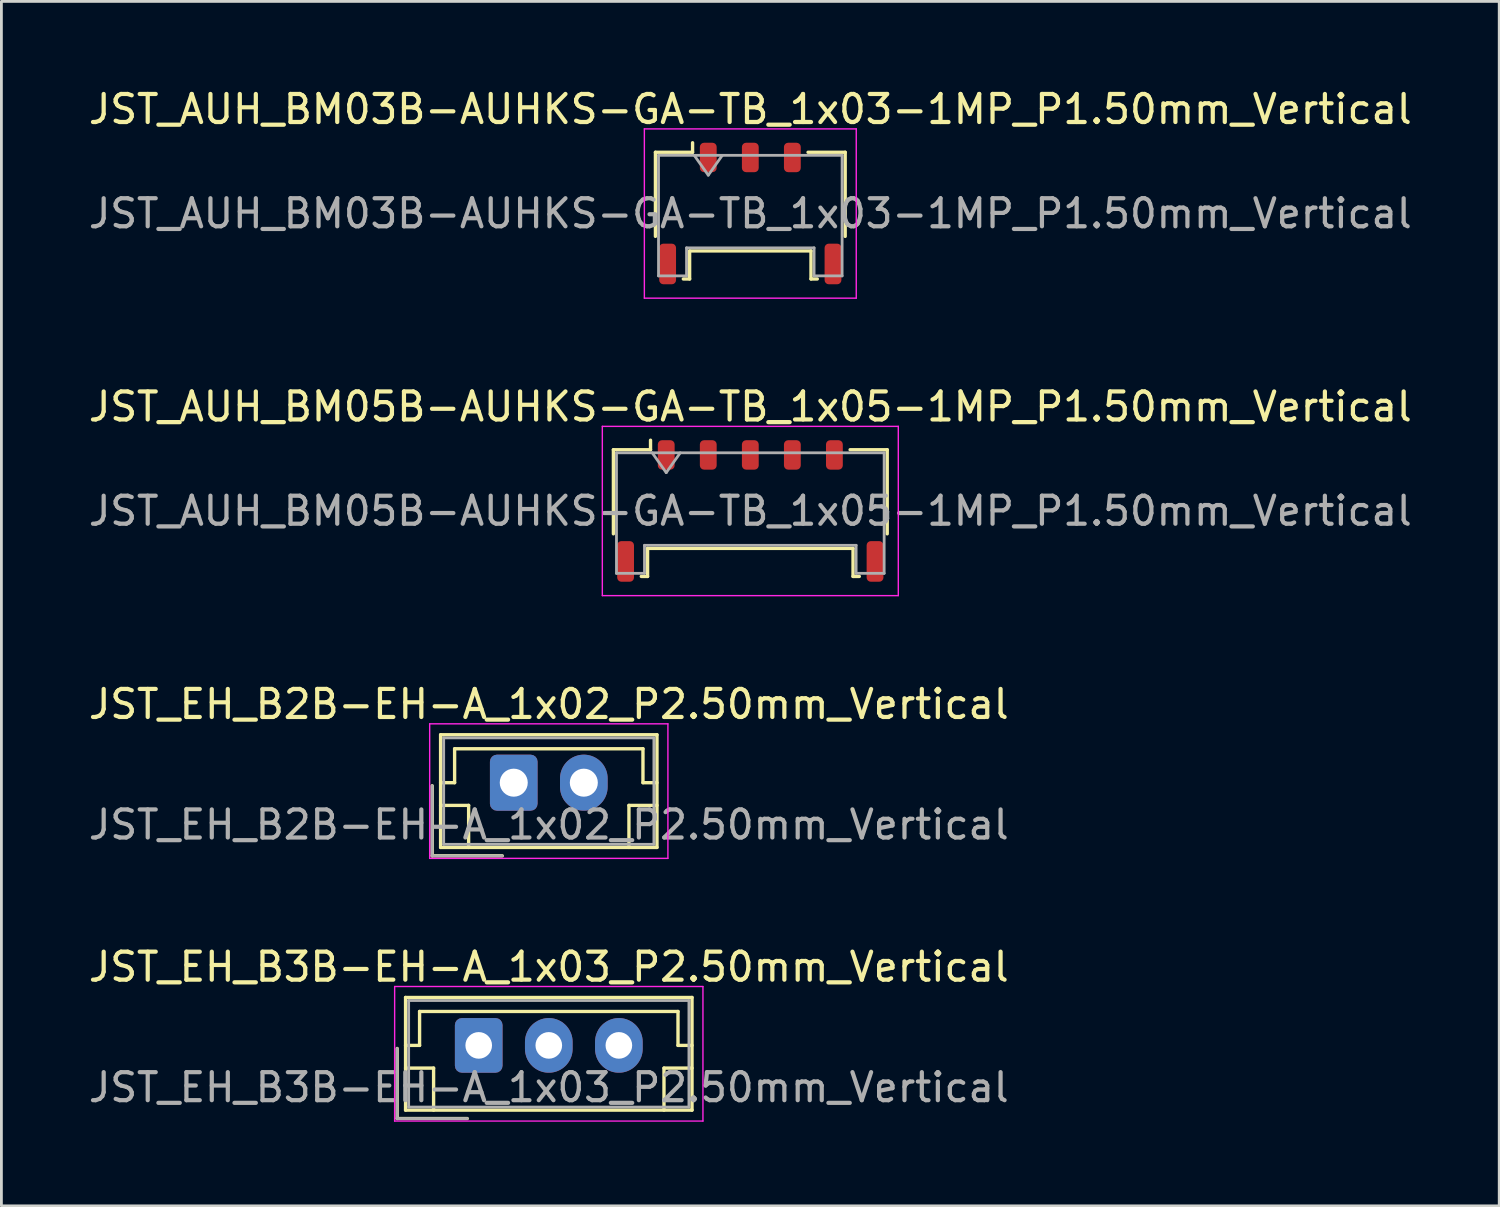
<source format=kicad_pcb>
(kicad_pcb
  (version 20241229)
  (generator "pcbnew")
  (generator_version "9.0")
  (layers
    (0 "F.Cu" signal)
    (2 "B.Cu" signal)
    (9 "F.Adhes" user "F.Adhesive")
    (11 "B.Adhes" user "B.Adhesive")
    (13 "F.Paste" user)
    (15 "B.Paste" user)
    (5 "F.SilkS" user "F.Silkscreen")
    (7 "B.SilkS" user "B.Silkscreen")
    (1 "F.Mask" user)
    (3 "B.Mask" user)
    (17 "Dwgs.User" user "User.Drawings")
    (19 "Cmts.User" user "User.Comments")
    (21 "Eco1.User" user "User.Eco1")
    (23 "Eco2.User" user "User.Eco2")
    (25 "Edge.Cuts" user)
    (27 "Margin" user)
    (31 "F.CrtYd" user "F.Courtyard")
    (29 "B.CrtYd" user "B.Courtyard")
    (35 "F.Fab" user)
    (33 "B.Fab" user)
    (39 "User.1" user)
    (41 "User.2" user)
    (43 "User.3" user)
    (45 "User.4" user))
  (footprint "JST_EH_B3B-EH-A_1x03_P2.50mm_Vertical"
    (layer "F.Cu")
    (at 14.03 34.248)
    (property "Reference" "JST_EH_B3B-EH-A_1x03_P2.50mm_Vertical" (at 2.5 -2.8 0) (layer "F.SilkS") (effects (font (size 1 1) (thickness 0.15))))
    (attr through_hole)
    (fp_line (start -2.91 0.11) (end -2.91 2.61) (stroke (width 0.12) (type solid)) (layer "F.SilkS"))
    (fp_line (start -2.91 2.61) (end -0.41 2.61) (stroke (width 0.12) (type solid)) (layer "F.SilkS"))
    (fp_line (start -2.61 -1.71) (end -2.61 2.31) (stroke (width 0.12) (type solid)) (layer "F.SilkS"))
    (fp_line (start -2.61 0) (end -2.11 0) (stroke (width 0.12) (type solid)) (layer "F.SilkS"))
    (fp_line (start -2.61 0.81) (end -1.61 0.81) (stroke (width 0.12) (type solid)) (layer "F.SilkS"))
    (fp_line (start -2.61 2.31) (end 7.61 2.31) (stroke (width 0.12) (type solid)) (layer "F.SilkS"))
    (fp_line (start -2.11 -1.21) (end 7.11 -1.21) (stroke (width 0.12) (type solid)) (layer "F.SilkS"))
    (fp_line (start -2.11 0) (end -2.11 -1.21) (stroke (width 0.12) (type solid)) (layer "F.SilkS"))
    (fp_line (start -1.61 0.81) (end -1.61 2.31) (stroke (width 0.12) (type solid)) (layer "F.SilkS"))
    (fp_line (start 6.61 0.81) (end 6.61 2.31) (stroke (width 0.12) (type solid)) (layer "F.SilkS"))
    (fp_line (start 7.11 -1.21) (end 7.11 0) (stroke (width 0.12) (type solid)) (layer "F.SilkS"))
    (fp_line (start 7.11 0) (end 7.61 0) (stroke (width 0.12) (type solid)) (layer "F.SilkS"))
    (fp_line (start 7.61 -1.71) (end -2.61 -1.71) (stroke (width 0.12) (type solid)) (layer "F.SilkS"))
    (fp_line (start 7.61 0.81) (end 6.61 0.81) (stroke (width 0.12) (type solid)) (layer "F.SilkS"))
    (fp_line (start 7.61 2.31) (end 7.61 -1.71) (stroke (width 0.12) (type solid)) (layer "F.SilkS"))
    (fp_line (start -3 -2.1) (end -3 2.7) (stroke (width 0.05) (type solid)) (layer "F.CrtYd"))
    (fp_line (start -3 2.7) (end 8 2.7) (stroke (width 0.05) (type solid)) (layer "F.CrtYd"))
    (fp_line (start 8 -2.1) (end -3 -2.1) (stroke (width 0.05) (type solid)) (layer "F.CrtYd"))
    (fp_line (start 8 2.7) (end 8 -2.1) (stroke (width 0.05) (type solid)) (layer "F.CrtYd"))
    (fp_line (start -2.91 0.11) (end -2.91 2.61) (stroke (width 0.1) (type solid)) (layer "F.Fab"))
    (fp_line (start -2.91 2.61) (end -0.41 2.61) (stroke (width 0.1) (type solid)) (layer "F.Fab"))
    (fp_line (start -2.5 -1.6) (end -2.5 2.2) (stroke (width 0.1) (type solid)) (layer "F.Fab"))
    (fp_line (start -2.5 2.2) (end 7.5 2.2) (stroke (width 0.1) (type solid)) (layer "F.Fab"))
    (fp_line (start 7.5 -1.6) (end -2.5 -1.6) (stroke (width 0.1) (type solid)) (layer "F.Fab"))
    (fp_line (start 7.5 2.2) (end 7.5 -1.6) (stroke (width 0.1) (type solid)) (layer "F.Fab"))
    (fp_text user "${REFERENCE}" (at 2.5 1.5 0) (layer "F.Fab") (effects (font (size 1 1) (thickness 0.15))))
    (pad "1" thru_hole roundrect (at 0 0) (size 1.7 1.95) (drill 0.95) (layers "*.Cu" "*.Mask") (roundrect_rratio 0.147))
    (pad "2" thru_hole oval (at 2.5 0) (size 1.7 1.95) (drill 0.95) (layers "*.Cu" "*.Mask"))
    (pad "3" thru_hole oval (at 5 0) (size 1.7 1.95) (drill 0.95) (layers "*.Cu" "*.Mask")))
  (footprint "JST_AUH_BM03B-AUHKS-GA-TB_1x03-1MP_P1.50mm_Vertical"
    (layer "F.Cu")
    (at 23.72 4.568)
    (property "Reference" "JST_AUH_BM03B-AUHKS-GA-TB_1x03-1MP_P1.50mm_Vertical" (at 0 -3.72 0) (layer "F.SilkS") (effects (font (size 1 1) (thickness 0.15))))
    (attr smd)
    (fp_line (start -3.385 -2.185) (end -2.06 -2.185) (stroke (width 0.12) (type solid)) (layer "F.SilkS"))
    (fp_line (start -3.385 0.815) (end -3.385 -2.185) (stroke (width 0.12) (type solid)) (layer "F.SilkS"))
    (fp_line (start -2.39 2.335) (end -2.165 2.335) (stroke (width 0.12) (type solid)) (layer "F.SilkS"))
    (fp_line (start -2.165 1.335) (end 2.165 1.335) (stroke (width 0.12) (type solid)) (layer "F.SilkS"))
    (fp_line (start -2.165 2.335) (end -2.165 1.335) (stroke (width 0.12) (type solid)) (layer "F.SilkS"))
    (fp_line (start -2.06 -2.185) (end -2.06 -2.525) (stroke (width 0.12) (type solid)) (layer "F.SilkS"))
    (fp_line (start 2.165 1.335) (end 2.165 2.335) (stroke (width 0.12) (type solid)) (layer "F.SilkS"))
    (fp_line (start 2.165 2.335) (end 2.39 2.335) (stroke (width 0.12) (type solid)) (layer "F.SilkS"))
    (fp_line (start 3.385 -2.185) (end 2.06 -2.185) (stroke (width 0.12) (type solid)) (layer "F.SilkS"))
    (fp_line (start 3.385 0.815) (end 3.385 -2.185) (stroke (width 0.12) (type solid)) (layer "F.SilkS"))
    (fp_line (start -3.78 -3.02) (end -3.78 3.02) (stroke (width 0.05) (type solid)) (layer "F.CrtYd"))
    (fp_line (start -3.78 3.02) (end 3.78 3.02) (stroke (width 0.05) (type solid)) (layer "F.CrtYd"))
    (fp_line (start 3.78 -3.02) (end -3.78 -3.02) (stroke (width 0.05) (type solid)) (layer "F.CrtYd"))
    (fp_line (start 3.78 3.02) (end 3.78 -3.02) (stroke (width 0.05) (type solid)) (layer "F.CrtYd"))
    (fp_line (start -3.275 -2.075) (end -3.275 2.225) (stroke (width 0.1) (type solid)) (layer "F.Fab"))
    (fp_line (start -3.275 -2.075) (end 3.275 -2.075) (stroke (width 0.1) (type solid)) (layer "F.Fab"))
    (fp_line (start -3.275 2.225) (end -2.275 2.225) (stroke (width 0.1) (type solid)) (layer "F.Fab"))
    (fp_line (start -2.275 1.225) (end 2.275 1.225) (stroke (width 0.1) (type solid)) (layer "F.Fab"))
    (fp_line (start -2.275 2.225) (end -2.275 1.225) (stroke (width 0.1) (type solid)) (layer "F.Fab"))
    (fp_line (start -2 -2.075) (end -1.5 -1.368) (stroke (width 0.1) (type solid)) (layer "F.Fab"))
    (fp_line (start -1.5 -1.368) (end -1 -2.075) (stroke (width 0.1) (type solid)) (layer "F.Fab"))
    (fp_line (start 2.275 1.225) (end 2.275 2.225) (stroke (width 0.1) (type solid)) (layer "F.Fab"))
    (fp_line (start 2.275 2.225) (end 3.275 2.225) (stroke (width 0.1) (type solid)) (layer "F.Fab"))
    (fp_line (start 3.275 -2.075) (end 3.275 2.225) (stroke (width 0.1) (type solid)) (layer "F.Fab"))
    (fp_text user "${REFERENCE}" (at 0 0 0) (layer "F.Fab") (effects (font (size 1 1) (thickness 0.15))))
    (pad "1" smd roundrect (at -1.5 -2) (size 0.6 1.05) (layers "F.Cu" "F.Mask" "F.Paste") (roundrect_rratio 0.25))
    (pad "2" smd roundrect (at 0 -2) (size 0.6 1.05) (layers "F.Cu" "F.Mask" "F.Paste") (roundrect_rratio 0.25))
    (pad "3" smd roundrect (at 1.5 -2) (size 0.6 1.05) (layers "F.Cu" "F.Mask" "F.Paste") (roundrect_rratio 0.25))
    (pad "MP" smd roundrect (at -2.95 1.8) (size 0.6 1.45) (layers "F.Cu" "F.Mask" "F.Paste") (roundrect_rratio 0.25))
    (pad "MP" smd roundrect (at 2.95 1.8) (size 0.6 1.45) (layers "F.Cu" "F.Mask" "F.Paste") (roundrect_rratio 0.25)))
  (footprint "JST_EH_B2B-EH-A_1x02_P2.50mm_Vertical"
    (layer "F.Cu")
    (at 15.28 24.875)
    (property "Reference" "JST_EH_B2B-EH-A_1x02_P2.50mm_Vertical" (at 1.25 -2.8 0) (layer "F.SilkS") (effects (font (size 1 1) (thickness 0.15))))
    (attr through_hole)
    (fp_line (start -2.91 0.11) (end -2.91 2.61) (stroke (width 0.12) (type solid)) (layer "F.SilkS"))
    (fp_line (start -2.91 2.61) (end -0.41 2.61) (stroke (width 0.12) (type solid)) (layer "F.SilkS"))
    (fp_line (start -2.61 -1.71) (end -2.61 2.31) (stroke (width 0.12) (type solid)) (layer "F.SilkS"))
    (fp_line (start -2.61 0) (end -2.11 0) (stroke (width 0.12) (type solid)) (layer "F.SilkS"))
    (fp_line (start -2.61 0.81) (end -1.61 0.81) (stroke (width 0.12) (type solid)) (layer "F.SilkS"))
    (fp_line (start -2.61 2.31) (end 5.11 2.31) (stroke (width 0.12) (type solid)) (layer "F.SilkS"))
    (fp_line (start -2.11 -1.21) (end 4.61 -1.21) (stroke (width 0.12) (type solid)) (layer "F.SilkS"))
    (fp_line (start -2.11 0) (end -2.11 -1.21) (stroke (width 0.12) (type solid)) (layer "F.SilkS"))
    (fp_line (start -1.61 0.81) (end -1.61 2.31) (stroke (width 0.12) (type solid)) (layer "F.SilkS"))
    (fp_line (start 4.11 0.81) (end 4.11 2.31) (stroke (width 0.12) (type solid)) (layer "F.SilkS"))
    (fp_line (start 4.61 -1.21) (end 4.61 0) (stroke (width 0.12) (type solid)) (layer "F.SilkS"))
    (fp_line (start 4.61 0) (end 5.11 0) (stroke (width 0.12) (type solid)) (layer "F.SilkS"))
    (fp_line (start 5.11 -1.71) (end -2.61 -1.71) (stroke (width 0.12) (type solid)) (layer "F.SilkS"))
    (fp_line (start 5.11 0.81) (end 4.11 0.81) (stroke (width 0.12) (type solid)) (layer "F.SilkS"))
    (fp_line (start 5.11 2.31) (end 5.11 -1.71) (stroke (width 0.12) (type solid)) (layer "F.SilkS"))
    (fp_line (start -3 -2.1) (end -3 2.7) (stroke (width 0.05) (type solid)) (layer "F.CrtYd"))
    (fp_line (start -3 2.7) (end 5.5 2.7) (stroke (width 0.05) (type solid)) (layer "F.CrtYd"))
    (fp_line (start 5.5 -2.1) (end -3 -2.1) (stroke (width 0.05) (type solid)) (layer "F.CrtYd"))
    (fp_line (start 5.5 2.7) (end 5.5 -2.1) (stroke (width 0.05) (type solid)) (layer "F.CrtYd"))
    (fp_line (start -2.91 0.11) (end -2.91 2.61) (stroke (width 0.1) (type solid)) (layer "F.Fab"))
    (fp_line (start -2.91 2.61) (end -0.41 2.61) (stroke (width 0.1) (type solid)) (layer "F.Fab"))
    (fp_line (start -2.5 -1.6) (end -2.5 2.2) (stroke (width 0.1) (type solid)) (layer "F.Fab"))
    (fp_line (start -2.5 2.2) (end 5 2.2) (stroke (width 0.1) (type solid)) (layer "F.Fab"))
    (fp_line (start 5 -1.6) (end -2.5 -1.6) (stroke (width 0.1) (type solid)) (layer "F.Fab"))
    (fp_line (start 5 2.2) (end 5 -1.6) (stroke (width 0.1) (type solid)) (layer "F.Fab"))
    (fp_text user "${REFERENCE}" (at 1.25 1.5 0) (layer "F.Fab") (effects (font (size 1 1) (thickness 0.15))))
    (pad "1" thru_hole roundrect (at 0 0) (size 1.7 2) (drill 1) (layers "*.Cu" "*.Mask") (roundrect_rratio 0.147))
    (pad "2" thru_hole oval (at 2.5 0) (size 1.7 2) (drill 1) (layers "*.Cu" "*.Mask")))
  (footprint "JST_AUH_BM05B-AUHKS-GA-TB_1x05-1MP_P1.50mm_Vertical"
    (layer "F.Cu")
    (at 23.72 15.181)
    (property "Reference" "JST_AUH_BM05B-AUHKS-GA-TB_1x05-1MP_P1.50mm_Vertical" (at 0 -3.72 0) (layer "F.SilkS") (effects (font (size 1 1) (thickness 0.15))))
    (attr smd)
    (fp_line (start -4.885 -2.185) (end -3.56 -2.185) (stroke (width 0.12) (type solid)) (layer "F.SilkS"))
    (fp_line (start -4.885 0.815) (end -4.885 -2.185) (stroke (width 0.12) (type solid)) (layer "F.SilkS"))
    (fp_line (start -3.89 2.335) (end -3.665 2.335) (stroke (width 0.12) (type solid)) (layer "F.SilkS"))
    (fp_line (start -3.665 1.335) (end 3.665 1.335) (stroke (width 0.12) (type solid)) (layer "F.SilkS"))
    (fp_line (start -3.665 2.335) (end -3.665 1.335) (stroke (width 0.12) (type solid)) (layer "F.SilkS"))
    (fp_line (start -3.56 -2.185) (end -3.56 -2.525) (stroke (width 0.12) (type solid)) (layer "F.SilkS"))
    (fp_line (start 3.665 1.335) (end 3.665 2.335) (stroke (width 0.12) (type solid)) (layer "F.SilkS"))
    (fp_line (start 3.665 2.335) (end 3.89 2.335) (stroke (width 0.12) (type solid)) (layer "F.SilkS"))
    (fp_line (start 4.885 -2.185) (end 3.56 -2.185) (stroke (width 0.12) (type solid)) (layer "F.SilkS"))
    (fp_line (start 4.885 0.815) (end 4.885 -2.185) (stroke (width 0.12) (type solid)) (layer "F.SilkS"))
    (fp_line (start -5.28 -3.02) (end -5.28 3.02) (stroke (width 0.05) (type solid)) (layer "F.CrtYd"))
    (fp_line (start -5.28 3.02) (end 5.28 3.02) (stroke (width 0.05) (type solid)) (layer "F.CrtYd"))
    (fp_line (start 5.28 -3.02) (end -5.28 -3.02) (stroke (width 0.05) (type solid)) (layer "F.CrtYd"))
    (fp_line (start 5.28 3.02) (end 5.28 -3.02) (stroke (width 0.05) (type solid)) (layer "F.CrtYd"))
    (fp_line (start -4.775 -2.075) (end -4.775 2.225) (stroke (width 0.1) (type solid)) (layer "F.Fab"))
    (fp_line (start -4.775 -2.075) (end 4.775 -2.075) (stroke (width 0.1) (type solid)) (layer "F.Fab"))
    (fp_line (start -4.775 2.225) (end -3.775 2.225) (stroke (width 0.1) (type solid)) (layer "F.Fab"))
    (fp_line (start -3.775 1.225) (end 3.775 1.225) (stroke (width 0.1) (type solid)) (layer "F.Fab"))
    (fp_line (start -3.775 2.225) (end -3.775 1.225) (stroke (width 0.1) (type solid)) (layer "F.Fab"))
    (fp_line (start -3.5 -2.075) (end -3 -1.368) (stroke (width 0.1) (type solid)) (layer "F.Fab"))
    (fp_line (start -3 -1.368) (end -2.5 -2.075) (stroke (width 0.1) (type solid)) (layer "F.Fab"))
    (fp_line (start 3.775 1.225) (end 3.775 2.225) (stroke (width 0.1) (type solid)) (layer "F.Fab"))
    (fp_line (start 3.775 2.225) (end 4.775 2.225) (stroke (width 0.1) (type solid)) (layer "F.Fab"))
    (fp_line (start 4.775 -2.075) (end 4.775 2.225) (stroke (width 0.1) (type solid)) (layer "F.Fab"))
    (fp_text user "${REFERENCE}" (at 0 0 0) (layer "F.Fab") (effects (font (size 1 1) (thickness 0.15))))
    (pad "1" smd roundrect (at -3 -2) (size 0.6 1.05) (layers "F.Cu" "F.Mask" "F.Paste") (roundrect_rratio 0.25))
    (pad "2" smd roundrect (at -1.5 -2) (size 0.6 1.05) (layers "F.Cu" "F.Mask" "F.Paste") (roundrect_rratio 0.25))
    (pad "3" smd roundrect (at 0 -2) (size 0.6 1.05) (layers "F.Cu" "F.Mask" "F.Paste") (roundrect_rratio 0.25))
    (pad "4" smd roundrect (at 1.5 -2) (size 0.6 1.05) (layers "F.Cu" "F.Mask" "F.Paste") (roundrect_rratio 0.25))
    (pad "5" smd roundrect (at 3 -2) (size 0.6 1.05) (layers "F.Cu" "F.Mask" "F.Paste") (roundrect_rratio 0.25))
    (pad "MP" smd roundrect (at -4.45 1.8) (size 0.6 1.45) (layers "F.Cu" "F.Mask" "F.Paste") (roundrect_rratio 0.25))
    (pad "MP" smd roundrect (at 4.45 1.8) (size 0.6 1.45) (layers "F.Cu" "F.Mask" "F.Paste") (roundrect_rratio 0.25)))
  (gr_rect
    (start -3 -3)
    (end 50.44 39.973)
    (stroke (width 0.1) (type default))
    (fill no)
    (layer "Edge.Cuts")))
</source>
